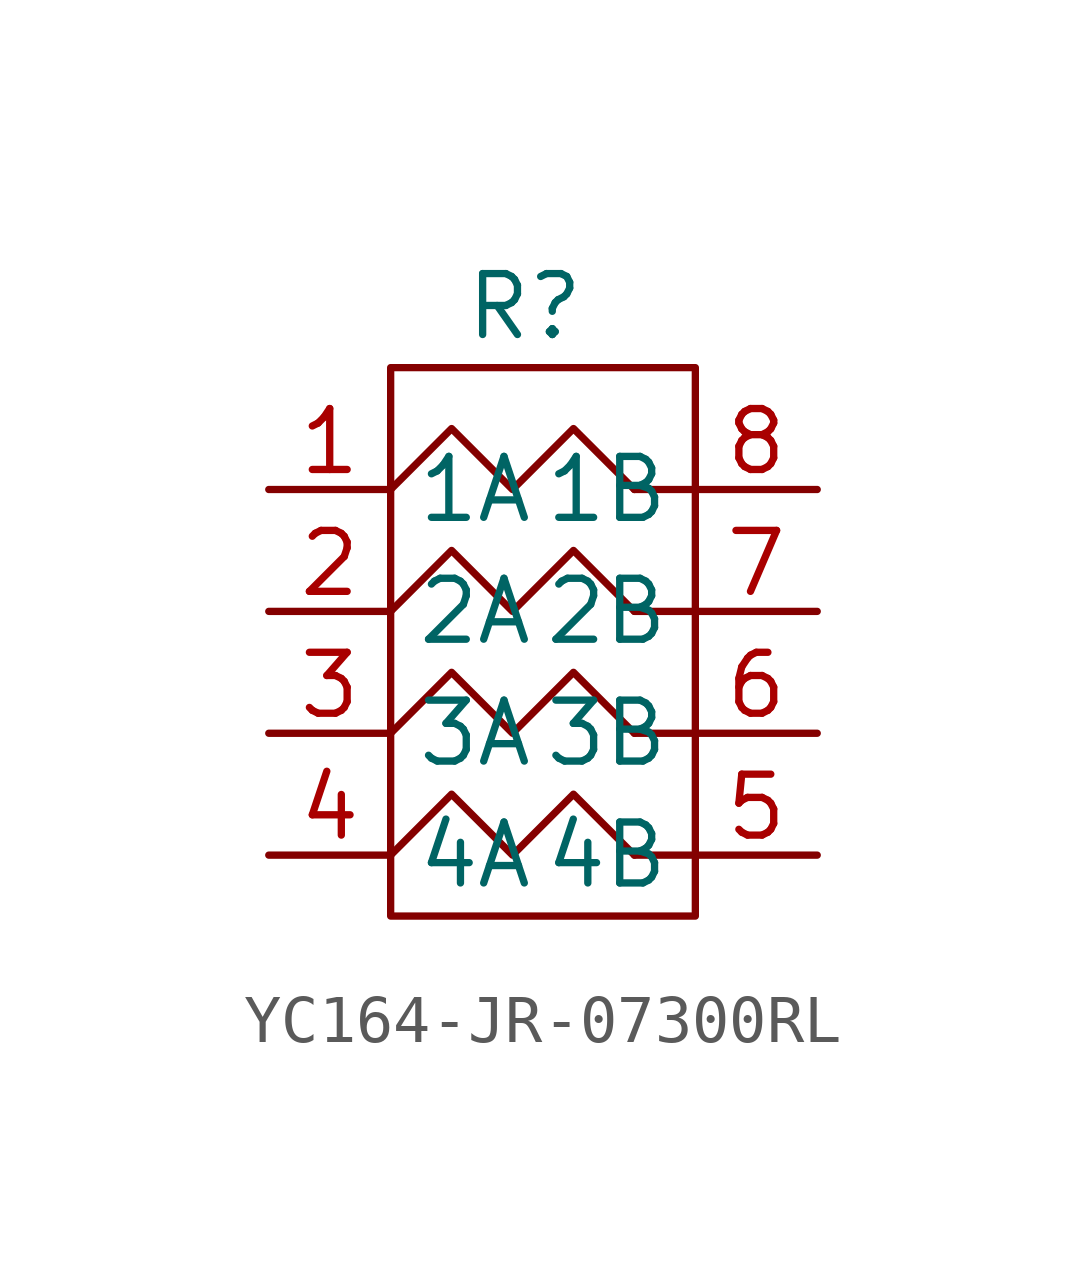
<source format=kicad_sym>
(kicad_symbol_lib
  (version 20231120)
  (generator "kicad_symbol_editor")
  (generator_version "8.0")
  (symbol "YC164-JR-07300RL"
    (property "Reference" "R"
      (at 2.794 0 0)
      (effects (font (size 1.27 1.27))))
    (property "Value" ""
      (at 0 0 0)
      (effects (font (size 1.27 1.27))))
    (symbol "YC164-JR-07300RL_0_1"
      (rectangle (start 0 -1.27) (end 6.35 -12.7) (stroke (width 0) (type default)) (fill (type none)))
      (polyline (pts (xy 6.35 -11.43) (xy 5.08 -11.43)) (stroke (width 0) (type default)) (fill (type none)))
      (polyline (pts (xy 6.35 -8.89) (xy 5.08 -8.89)) (stroke (width 0) (type default)) (fill (type none)))
      (polyline (pts (xy 6.35 -6.35) (xy 5.08 -6.35)) (stroke (width 0) (type default)) (fill (type none)))
      (polyline (pts (xy 6.35 -3.81) (xy 5.08 -3.81)) (stroke (width 0) (type default)) (fill (type none)))
      (polyline (pts (xy 0 -11.43) (xy 1.27 -10.16) (xy 2.54 -11.43) (xy 3.81 -10.16) (xy 5.08 -11.43)) (stroke (width 0) (type default)) (fill (type none)))
      (polyline (pts (xy 0 -8.89) (xy 1.27 -7.62) (xy 2.54 -8.89) (xy 3.81 -7.62) (xy 5.08 -8.89)) (stroke (width 0) (type default)) (fill (type none)))
      (polyline (pts (xy 0 -6.35) (xy 1.27 -5.08) (xy 2.54 -6.35) (xy 3.81 -5.08) (xy 5.08 -6.35)) (stroke (width 0) (type default)) (fill (type none)))
      (polyline (pts (xy 0 -3.81) (xy 1.27 -2.54) (xy 2.54 -3.81) (xy 3.81 -2.54) (xy 5.08 -3.81)) (stroke (width 0) (type default)) (fill (type none))))
    (symbol "YC164-JR-07300RL_1_1"
      (pin passive line (at -2.54 -3.81 0) (length 2.54) (name "1A" (effects (font (size 1.27 1.27)))) (number "1" (effects (font (size 1.27 1.27)))))
      (pin passive line (at -2.54 -6.35 0) (length 2.54) (name "2A" (effects (font (size 1.27 1.27)))) (number "2" (effects (font (size 1.27 1.27)))))
      (pin passive line (at -2.54 -8.89 0) (length 2.54) (name "3A" (effects (font (size 1.27 1.27)))) (number "3" (effects (font (size 1.27 1.27)))))
      (pin passive line (at -2.54 -11.43 0) (length 2.54) (name "4A" (effects (font (size 1.27 1.27)))) (number "4" (effects (font (size 1.27 1.27)))))
      (pin passive line (at 8.89 -11.43 180) (length 2.54) (name "4B" (effects (font (size 1.27 1.27)))) (number "5" (effects (font (size 1.27 1.27)))))
      (pin passive line (at 8.89 -8.89 180) (length 2.54) (name "3B" (effects (font (size 1.27 1.27)))) (number "6" (effects (font (size 1.27 1.27)))))
      (pin passive line (at 8.89 -6.35 180) (length 2.54) (name "2B" (effects (font (size 1.27 1.27)))) (number "7" (effects (font (size 1.27 1.27)))))
      (pin passive line (at 8.89 -3.81 180) (length 2.54) (name "1B" (effects (font (size 1.27 1.27)))) (number "8" (effects (font (size 1.27 1.27))))))))
</source>
